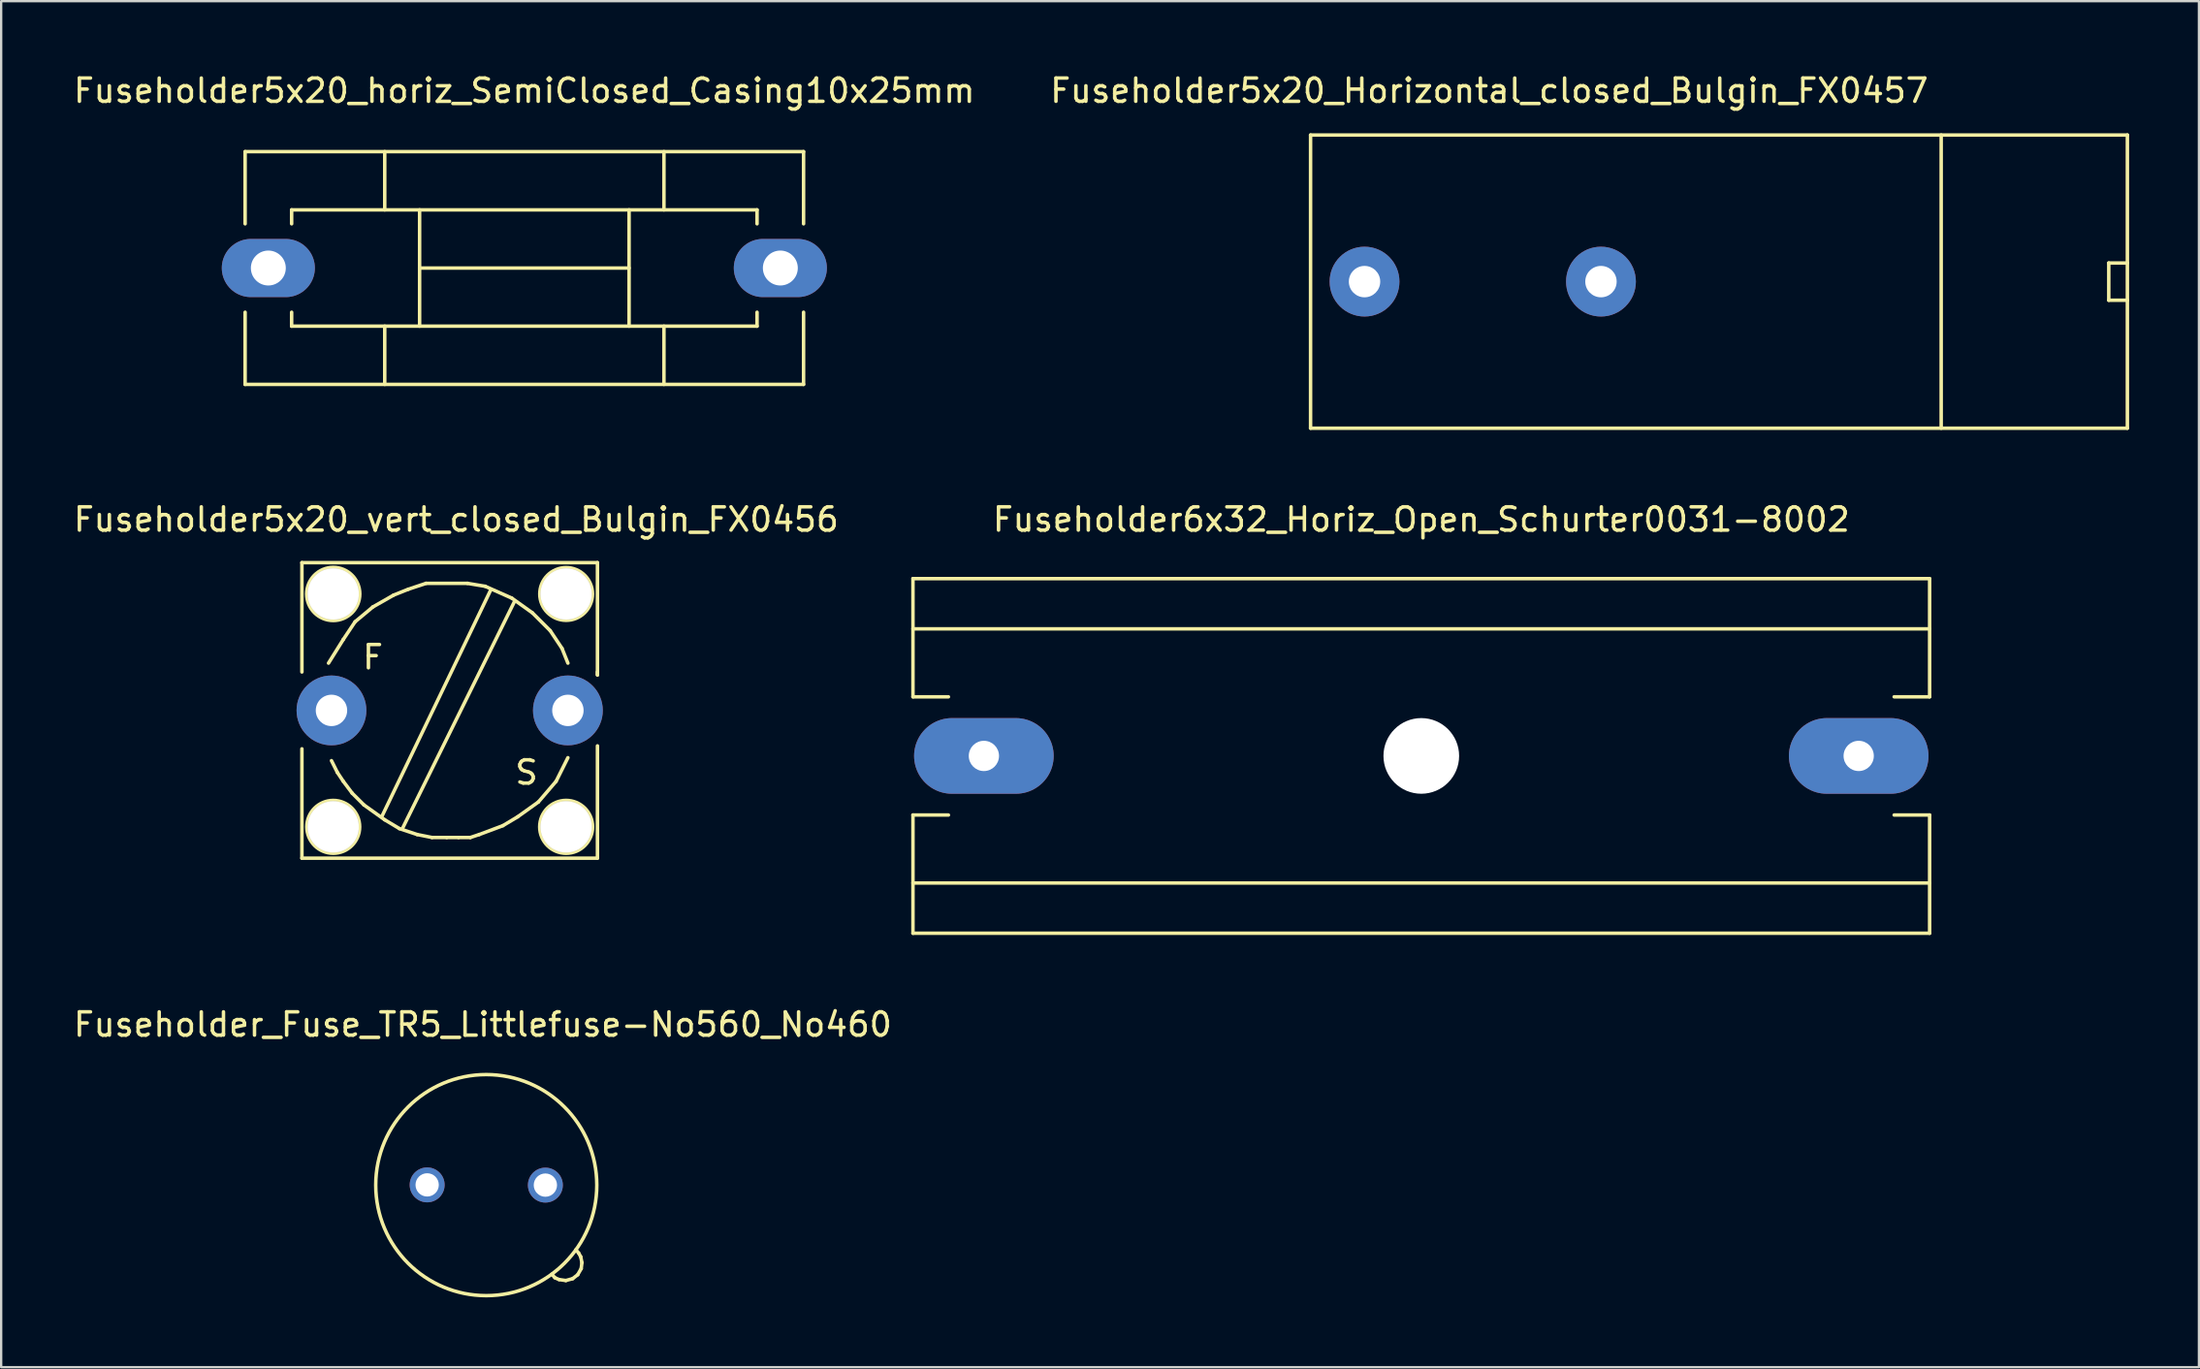
<source format=kicad_pcb>
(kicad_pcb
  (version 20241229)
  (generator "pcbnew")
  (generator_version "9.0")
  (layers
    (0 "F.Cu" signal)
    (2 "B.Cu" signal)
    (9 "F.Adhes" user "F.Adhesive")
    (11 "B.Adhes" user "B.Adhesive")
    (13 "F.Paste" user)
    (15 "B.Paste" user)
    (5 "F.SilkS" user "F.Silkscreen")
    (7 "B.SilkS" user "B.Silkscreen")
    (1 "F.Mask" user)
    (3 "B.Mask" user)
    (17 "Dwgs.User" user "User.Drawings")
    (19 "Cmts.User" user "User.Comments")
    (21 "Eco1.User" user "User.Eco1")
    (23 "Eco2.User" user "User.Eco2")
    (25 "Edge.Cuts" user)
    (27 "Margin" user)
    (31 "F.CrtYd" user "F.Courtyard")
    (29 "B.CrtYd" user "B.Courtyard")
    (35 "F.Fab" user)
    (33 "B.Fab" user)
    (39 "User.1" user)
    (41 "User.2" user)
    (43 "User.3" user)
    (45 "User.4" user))
  (footprint "Fuseholder5x20_horiz_SemiClosed_Casing10x25mm"
    (layer "F.Cu")
    (at 19.482 8.468)
    (property "Reference" "Fuseholder5x20_horiz_SemiClosed_Casing10x25mm" (at 0 -7.62 0) (layer "F.SilkS") (effects (font (size 1 1) (thickness 0.15))))
    (attr through_hole)
    (fp_line (start -11.999 -5.001) (end -11.999 -1.9) (stroke (width 0.15) (type solid)) (layer "F.SilkS"))
    (fp_line (start -11.999 1.9) (end -11.999 5.001) (stroke (width 0.15) (type solid)) (layer "F.SilkS"))
    (fp_line (start -11.999 5.001) (end 11.999 5.001) (stroke (width 0.15) (type solid)) (layer "F.SilkS"))
    (fp_line (start -10 -2.499) (end -10 -1.9) (stroke (width 0.15) (type solid)) (layer "F.SilkS"))
    (fp_line (start -10 1.9) (end -10 2.499) (stroke (width 0.15) (type solid)) (layer "F.SilkS"))
    (fp_line (start -10 2.499) (end 10 2.499) (stroke (width 0.15) (type solid)) (layer "F.SilkS"))
    (fp_line (start -5.999 -2.499) (end -5.999 -5.001) (stroke (width 0.15) (type solid)) (layer "F.SilkS"))
    (fp_line (start -5.999 5.001) (end -5.999 2.499) (stroke (width 0.15) (type solid)) (layer "F.SilkS"))
    (fp_line (start -4.501 -2.499) (end -4.501 2.499) (stroke (width 0.15) (type solid)) (layer "F.SilkS"))
    (fp_line (start -4.501 0) (end 4.501 0) (stroke (width 0.15) (type solid)) (layer "F.SilkS"))
    (fp_line (start 4.501 -2.499) (end 4.501 2.499) (stroke (width 0.15) (type solid)) (layer "F.SilkS"))
    (fp_line (start 5.999 -5.001) (end 5.999 -2.499) (stroke (width 0.15) (type solid)) (layer "F.SilkS"))
    (fp_line (start 5.999 5.001) (end 5.999 2.499) (stroke (width 0.15) (type solid)) (layer "F.SilkS"))
    (fp_line (start 10 -2.499) (end -10 -2.499) (stroke (width 0.15) (type solid)) (layer "F.SilkS"))
    (fp_line (start 10 -1.9) (end 10 -2.499) (stroke (width 0.15) (type solid)) (layer "F.SilkS"))
    (fp_line (start 10 2.499) (end 10 1.9) (stroke (width 0.15) (type solid)) (layer "F.SilkS"))
    (fp_line (start 11.999 -5.001) (end -11.999 -5.001) (stroke (width 0.15) (type solid)) (layer "F.SilkS"))
    (fp_line (start 11.999 -1.9) (end 11.999 -5.001) (stroke (width 0.15) (type solid)) (layer "F.SilkS"))
    (fp_line (start 11.999 5.001) (end 11.999 1.9) (stroke (width 0.15) (type solid)) (layer "F.SilkS"))
    (pad "1" thru_hole oval (at -11.001 0 270) (size 2.499 4) (drill 1.501) (layers "*.Cu" "*.Mask"))
    (pad "2" thru_hole oval (at 11.001 0 270) (size 2.499 4) (drill 1.501) (layers "*.Cu" "*.Mask")))
  (footprint "Fuseholder_Fuse_TR5_Littlefuse-No560_No460"
    (layer "F.Cu")
    (at 17.846 47.869)
    (property "Reference" "Fuseholder_Fuse_TR5_Littlefuse-No560_No460" (at -0.15 -6.891 0) (layer "F.SilkS") (effects (font (size 1 1) (thickness 0.15))))
    (attr through_hole)
    (fp_line (start 2.949 3.99) (end 2.819 3.84) (stroke (width 0.15) (type solid)) (layer "F.SilkS"))
    (fp_line (start 3.129 4.069) (end 2.949 3.99) (stroke (width 0.15) (type solid)) (layer "F.SilkS"))
    (fp_line (start 3.419 4.11) (end 3.129 4.069) (stroke (width 0.15) (type solid)) (layer "F.SilkS"))
    (fp_line (start 3.711 4.031) (end 3.419 4.11) (stroke (width 0.15) (type solid)) (layer "F.SilkS"))
    (fp_line (start 3.851 2.789) (end 3.97 2.931) (stroke (width 0.15) (type solid)) (layer "F.SilkS"))
    (fp_line (start 3.929 3.861) (end 3.711 4.031) (stroke (width 0.15) (type solid)) (layer "F.SilkS"))
    (fp_line (start 3.97 2.931) (end 4.059 3.091) (stroke (width 0.15) (type solid)) (layer "F.SilkS"))
    (fp_line (start 4.059 3.091) (end 4.11 3.34) (stroke (width 0.15) (type solid)) (layer "F.SilkS"))
    (fp_line (start 4.079 3.599) (end 3.929 3.861) (stroke (width 0.15) (type solid)) (layer "F.SilkS"))
    (fp_line (start 4.11 3.34) (end 4.079 3.599) (stroke (width 0.15) (type solid)) (layer "F.SilkS"))
    (fp_circle (center 0 0.01) (end 4.75 0.01) (stroke (width 0.15) (type solid)) (fill no) (layer "F.SilkS"))
    (pad "1" thru_hole circle (at -2.54 0) (size 1.501 1.501) (drill 1.001) (layers "*.Cu" "*.Mask"))
    (pad "2" thru_hole circle (at 2.54 0.01) (size 1.501 1.501) (drill 1.001) (layers "*.Cu" "*.Mask")))
  (footprint "Fuseholder6x32_Horiz_Open_Schurter0031-8002"
    (layer "F.Cu")
    (at 58.026 29.435)
    (property "Reference" "Fuseholder6x32_Horiz_Open_Schurter0031-8002" (at 0 -10.16 0) (layer "F.SilkS") (effects (font (size 1 1) (thickness 0.15))))
    (attr through_hole)
    (fp_line (start -21.844 -7.62) (end -21.844 -2.54) (stroke (width 0.15) (type solid)) (layer "F.SilkS"))
    (fp_line (start -21.844 -7.62) (end 21.844 -7.62) (stroke (width 0.15) (type solid)) (layer "F.SilkS"))
    (fp_line (start -21.844 -5.461) (end 21.844 -5.461) (stroke (width 0.15) (type solid)) (layer "F.SilkS"))
    (fp_line (start -21.844 -2.54) (end -20.32 -2.54) (stroke (width 0.15) (type solid)) (layer "F.SilkS"))
    (fp_line (start -21.844 2.54) (end -21.844 7.62) (stroke (width 0.15) (type solid)) (layer "F.SilkS"))
    (fp_line (start -20.32 2.54) (end -21.844 2.54) (stroke (width 0.15) (type solid)) (layer "F.SilkS"))
    (fp_line (start 20.32 2.54) (end 21.844 2.54) (stroke (width 0.15) (type solid)) (layer "F.SilkS"))
    (fp_line (start 21.844 -7.62) (end 21.844 -2.54) (stroke (width 0.15) (type solid)) (layer "F.SilkS"))
    (fp_line (start 21.844 -2.54) (end 20.32 -2.54) (stroke (width 0.15) (type solid)) (layer "F.SilkS"))
    (fp_line (start 21.844 2.54) (end 21.844 7.62) (stroke (width 0.15) (type solid)) (layer "F.SilkS"))
    (fp_line (start 21.844 5.461) (end -21.844 5.461) (stroke (width 0.15) (type solid)) (layer "F.SilkS"))
    (fp_line (start 21.844 7.62) (end -21.844 7.62) (stroke (width 0.15) (type solid)) (layer "F.SilkS"))
    (pad "" np_thru_hole circle (at 0 0) (size 3.251 3.251) (drill 3.251) (layers "*.Cu" "*.Mask"))
    (pad "1" thru_hole oval (at -18.796 0 90) (size 3.251 5.999) (drill 1.3) (layers "*.Cu" "*.Mask"))
    (pad "2" thru_hole oval (at 18.796 0 90) (size 3.251 5.999) (drill 1.3) (layers "*.Cu" "*.Mask")))
  (footprint "Fuseholder5x20_Horizontal_closed_Bulgin_FX0457"
    (layer "F.Cu")
    (at 60.667 9.052)
    (property "Reference" "Fuseholder5x20_Horizontal_closed_Bulgin_FX0457" (at 0.279 -8.204 0) (layer "F.SilkS") (effects (font (size 1 1) (thickness 0.15))))
    (attr through_hole)
    (fp_line (start -7.399 6.299) (end -7.399 -6.299) (stroke (width 0.15) (type solid)) (layer "F.SilkS"))
    (fp_line (start -7.399 6.299) (end 27.701 6.299) (stroke (width 0.15) (type solid)) (layer "F.SilkS"))
    (fp_line (start 19.7 6.299) (end 19.7 -6.299) (stroke (width 0.15) (type solid)) (layer "F.SilkS"))
    (fp_line (start 26.901 -0.8) (end 26.901 0.8) (stroke (width 0.15) (type solid)) (layer "F.SilkS"))
    (fp_line (start 26.901 0.8) (end 27.701 0.8) (stroke (width 0.15) (type solid)) (layer "F.SilkS"))
    (fp_line (start 27.701 -6.299) (end -7.399 -6.299) (stroke (width 0.15) (type solid)) (layer "F.SilkS"))
    (fp_line (start 27.701 -0.8) (end 26.901 -0.8) (stroke (width 0.15) (type solid)) (layer "F.SilkS"))
    (fp_line (start 27.701 6.299) (end 27.701 -6.299) (stroke (width 0.15) (type solid)) (layer "F.SilkS"))
    (pad "1" thru_hole circle (at -5.08 0) (size 3 3) (drill 1.349) (layers "*.Cu" "*.Mask"))
    (pad "2" thru_hole circle (at 5.08 0) (size 3 3) (drill 1.349) (layers "*.Cu" "*.Mask")))
  (footprint "Fuseholder5x20_vert_closed_Bulgin_FX0456"
    (layer "F.Cu")
    (at 16.274 27.479)
    (property "Reference" "Fuseholder5x20_vert_closed_Bulgin_FX0456" (at 0.279 -8.204 0) (layer "F.SilkS") (effects (font (size 1 1) (thickness 0.15))))
    (attr through_hole)
    (fp_line (start -6.35 -6.35) (end -6.35 -1.651) (stroke (width 0.15) (type solid)) (layer "F.SilkS"))
    (fp_line (start -6.35 6.35) (end -6.35 1.651) (stroke (width 0.15) (type solid)) (layer "F.SilkS"))
    (fp_line (start -6.35 6.35) (end 6.35 6.35) (stroke (width 0.15) (type solid)) (layer "F.SilkS"))
    (fp_line (start -5.08 2.159) (end -4.826 2.667) (stroke (width 0.15) (type solid)) (layer "F.SilkS"))
    (fp_line (start -4.826 2.667) (end -4.572 3.048) (stroke (width 0.15) (type solid)) (layer "F.SilkS"))
    (fp_line (start -4.572 -3.048) (end -5.207 -2.032) (stroke (width 0.15) (type solid)) (layer "F.SilkS"))
    (fp_line (start -4.572 3.048) (end -4.191 3.556) (stroke (width 0.15) (type solid)) (layer "F.SilkS"))
    (fp_line (start -4.191 3.556) (end -3.683 4.064) (stroke (width 0.15) (type solid)) (layer "F.SilkS"))
    (fp_line (start -4.064 -3.81) (end -4.572 -3.048) (stroke (width 0.15) (type solid)) (layer "F.SilkS"))
    (fp_line (start -3.683 4.064) (end -2.794 4.699) (stroke (width 0.15) (type solid)) (layer "F.SilkS"))
    (fp_line (start -3.302 -4.445) (end -4.064 -3.81) (stroke (width 0.15) (type solid)) (layer "F.SilkS"))
    (fp_line (start -2.794 4.699) (end -2.159 5.08) (stroke (width 0.15) (type solid)) (layer "F.SilkS"))
    (fp_line (start -2.413 -4.953) (end -3.302 -4.445) (stroke (width 0.15) (type solid)) (layer "F.SilkS"))
    (fp_line (start -2.159 5.08) (end -1.397 5.334) (stroke (width 0.15) (type solid)) (layer "F.SilkS"))
    (fp_line (start -1.778 -5.207) (end -2.413 -4.953) (stroke (width 0.15) (type solid)) (layer "F.SilkS"))
    (fp_line (start -1.397 5.334) (end -0.762 5.461) (stroke (width 0.15) (type solid)) (layer "F.SilkS"))
    (fp_line (start -1.016 -5.461) (end -1.778 -5.207) (stroke (width 0.15) (type solid)) (layer "F.SilkS"))
    (fp_line (start -0.762 5.461) (end -0.127 5.461) (stroke (width 0.15) (type solid)) (layer "F.SilkS"))
    (fp_line (start -0.127 5.461) (end 0.381 5.461) (stroke (width 0.15) (type solid)) (layer "F.SilkS"))
    (fp_line (start 0.381 5.461) (end 0.889 5.461) (stroke (width 0.15) (type solid)) (layer "F.SilkS"))
    (fp_line (start 0.762 -5.461) (end -1.016 -5.461) (stroke (width 0.15) (type solid)) (layer "F.SilkS"))
    (fp_line (start 0.889 5.461) (end 1.27 5.334) (stroke (width 0.15) (type solid)) (layer "F.SilkS"))
    (fp_line (start 1.27 5.334) (end 2.286 4.953) (stroke (width 0.15) (type solid)) (layer "F.SilkS"))
    (fp_line (start 1.524 -5.334) (end 0.762 -5.461) (stroke (width 0.15) (type solid)) (layer "F.SilkS"))
    (fp_line (start 1.778 -5.207) (end -2.921 4.572) (stroke (width 0.15) (type solid)) (layer "F.SilkS"))
    (fp_line (start 2.286 4.953) (end 2.921 4.572) (stroke (width 0.15) (type solid)) (layer "F.SilkS"))
    (fp_line (start 2.667 -4.826) (end 1.524 -5.334) (stroke (width 0.15) (type solid)) (layer "F.SilkS"))
    (fp_line (start 2.794 -4.699) (end -2.032 5.08) (stroke (width 0.15) (type solid)) (layer "F.SilkS"))
    (fp_line (start 2.921 4.572) (end 3.81 3.937) (stroke (width 0.15) (type solid)) (layer "F.SilkS"))
    (fp_line (start 3.556 -4.191) (end 2.667 -4.826) (stroke (width 0.15) (type solid)) (layer "F.SilkS"))
    (fp_line (start 3.81 3.937) (end 4.572 3.048) (stroke (width 0.15) (type solid)) (layer "F.SilkS"))
    (fp_line (start 4.318 -3.429) (end 3.556 -4.191) (stroke (width 0.15) (type solid)) (layer "F.SilkS"))
    (fp_line (start 4.572 3.048) (end 5.08 2.032) (stroke (width 0.15) (type solid)) (layer "F.SilkS"))
    (fp_line (start 4.826 -2.667) (end 4.318 -3.429) (stroke (width 0.15) (type solid)) (layer "F.SilkS"))
    (fp_line (start 5.08 -2.032) (end 4.826 -2.667) (stroke (width 0.15) (type solid)) (layer "F.SilkS"))
    (fp_line (start 6.35 -6.35) (end -6.35 -6.35) (stroke (width 0.15) (type solid)) (layer "F.SilkS"))
    (fp_line (start 6.35 -6.35) (end 6.35 -1.524) (stroke (width 0.15) (type solid)) (layer "F.SilkS"))
    (fp_line (start 6.35 -1.524) (end 6.35 -1.651) (stroke (width 0.15) (type solid)) (layer "F.SilkS"))
    (fp_line (start 6.35 6.35) (end 6.35 1.524) (stroke (width 0.15) (type solid)) (layer "F.SilkS"))
    (fp_circle (center -5.004 -5.004) (end -4.597 -3.937) (stroke (width 0.15) (type solid)) (fill no) (layer "F.SilkS"))
    (fp_circle (center -5.004 5.004) (end -4.496 6.02) (stroke (width 0.15) (type solid)) (fill no) (layer "F.SilkS"))
    (fp_circle (center 5.004 -5.004) (end 5.385 -3.937) (stroke (width 0.15) (type solid)) (fill no) (layer "F.SilkS"))
    (fp_circle (center 5.004 5.004) (end 5.563 5.994) (stroke (width 0.15) (type solid)) (fill no) (layer "F.SilkS"))
    (fp_text user "F" (at -3.302 -2.286 0) (layer "F.SilkS") (effects (font (size 1 1) (thickness 0.15))))
    (fp_text user "S" (at 3.302 2.667 0) (layer "F.SilkS") (effects (font (size 1 1) (thickness 0.15))))
    (pad "1" thru_hole circle (at -5.08 0) (size 3 3) (drill 1.349) (layers "*.Cu" "*.Mask"))
    (pad "2" thru_hole circle (at 5.08 0) (size 3 3) (drill 1.349) (layers "*.Cu" "*.Mask"))
    (pad "3" thru_hole circle (at -5.004 -5.004) (size 2.2 2.2) (drill 2.2) (layers "*.Cu" "Dwgs.User"))
    (pad "3" thru_hole circle (at -5.004 5.004) (size 2.2 2.2) (drill 2.2) (layers "*.Cu" "Dwgs.User"))
    (pad "3" thru_hole circle (at 5.004 -5.004) (size 2.2 2.2) (drill 2.2) (layers "*.Cu" "Dwgs.User"))
    (pad "3" thru_hole circle (at 5.004 5.004) (size 2.2 2.2) (drill 2.2) (layers "*.Cu" "Dwgs.User")))
  (gr_rect
    (start -3 -3)
    (end 91.443 55.704)
    (stroke (width 0.1) (type default))
    (fill no)
    (layer "Edge.Cuts")))
</source>
